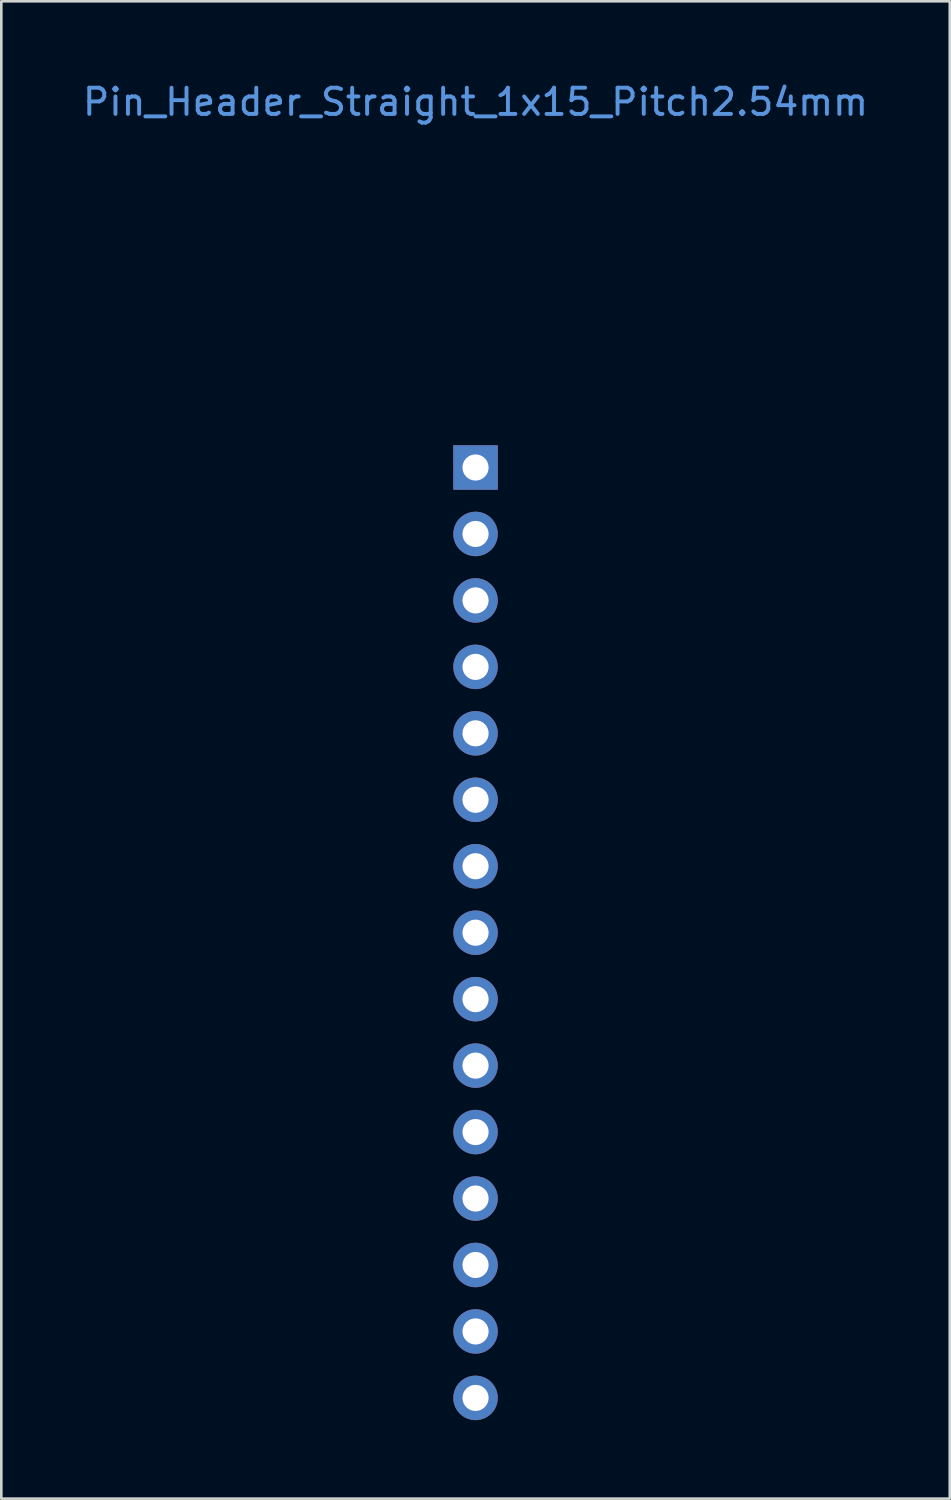
<source format=kicad_pcb>
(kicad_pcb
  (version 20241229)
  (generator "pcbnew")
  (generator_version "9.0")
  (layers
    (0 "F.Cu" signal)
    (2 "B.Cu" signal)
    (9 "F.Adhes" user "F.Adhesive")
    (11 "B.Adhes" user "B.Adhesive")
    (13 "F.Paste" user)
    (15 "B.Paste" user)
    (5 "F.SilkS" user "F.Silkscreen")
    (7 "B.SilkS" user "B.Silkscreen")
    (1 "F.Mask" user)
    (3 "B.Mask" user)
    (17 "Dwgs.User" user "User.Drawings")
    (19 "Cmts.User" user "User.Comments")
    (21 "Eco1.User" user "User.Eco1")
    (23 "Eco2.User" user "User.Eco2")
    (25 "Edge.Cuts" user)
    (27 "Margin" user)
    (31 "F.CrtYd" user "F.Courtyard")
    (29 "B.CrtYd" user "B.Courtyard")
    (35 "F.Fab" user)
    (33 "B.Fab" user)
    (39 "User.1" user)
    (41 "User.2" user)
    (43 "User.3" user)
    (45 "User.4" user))
  (footprint "Pin_Header_Straight_1x15_Pitch2.54mm"
    (layer "F.Cu")
    (at 15.125 14.818)
    (property "Reference" "Pin_Header_Straight_1x15_Pitch2.54mm" (at 0 -13.97 0) (layer "Cmts.User") (effects (font (size 1 1) (thickness 0.15))))
    (attr through_hole)
    (pad "1" thru_hole rect (at 0 0) (size 1.7 1.7) (drill 1) (layers "*.Cu" "*.Mask"))
    (pad "2" thru_hole oval (at 0 2.54) (size 1.7 1.7) (drill 1) (layers "*.Cu" "*.Mask"))
    (pad "3" thru_hole oval (at 0 5.08) (size 1.7 1.7) (drill 1) (layers "*.Cu" "*.Mask"))
    (pad "4" thru_hole oval (at 0 7.62) (size 1.7 1.7) (drill 1) (layers "*.Cu" "*.Mask"))
    (pad "5" thru_hole oval (at 0 10.16) (size 1.7 1.7) (drill 1) (layers "*.Cu" "*.Mask"))
    (pad "6" thru_hole oval (at 0 12.7) (size 1.7 1.7) (drill 1) (layers "*.Cu" "*.Mask"))
    (pad "7" thru_hole oval (at 0 15.24) (size 1.7 1.7) (drill 1) (layers "*.Cu" "*.Mask"))
    (pad "8" thru_hole oval (at 0 17.78) (size 1.7 1.7) (drill 1) (layers "*.Cu" "*.Mask"))
    (pad "9" thru_hole oval (at 0 20.32) (size 1.7 1.7) (drill 1) (layers "*.Cu" "*.Mask"))
    (pad "10" thru_hole oval (at 0 22.86) (size 1.7 1.7) (drill 1) (layers "*.Cu" "*.Mask"))
    (pad "11" thru_hole oval (at 0 25.4) (size 1.7 1.7) (drill 1) (layers "*.Cu" "*.Mask"))
    (pad "12" thru_hole oval (at 0 27.94) (size 1.7 1.7) (drill 1) (layers "*.Cu" "*.Mask"))
    (pad "13" thru_hole oval (at 0 30.48) (size 1.7 1.7) (drill 1) (layers "*.Cu" "*.Mask"))
    (pad "14" thru_hole oval (at 0 33.02) (size 1.7 1.7) (drill 1) (layers "*.Cu" "*.Mask"))
    (pad "15" thru_hole oval (at 0 35.56) (size 1.7 1.7) (drill 1) (layers "*.Cu" "*.Mask")))
  (gr_rect
    (start -3 -3)
    (end 33.25 54.228)
    (stroke (width 0.1) (type default))
    (fill no)
    (layer "Edge.Cuts")))
</source>
